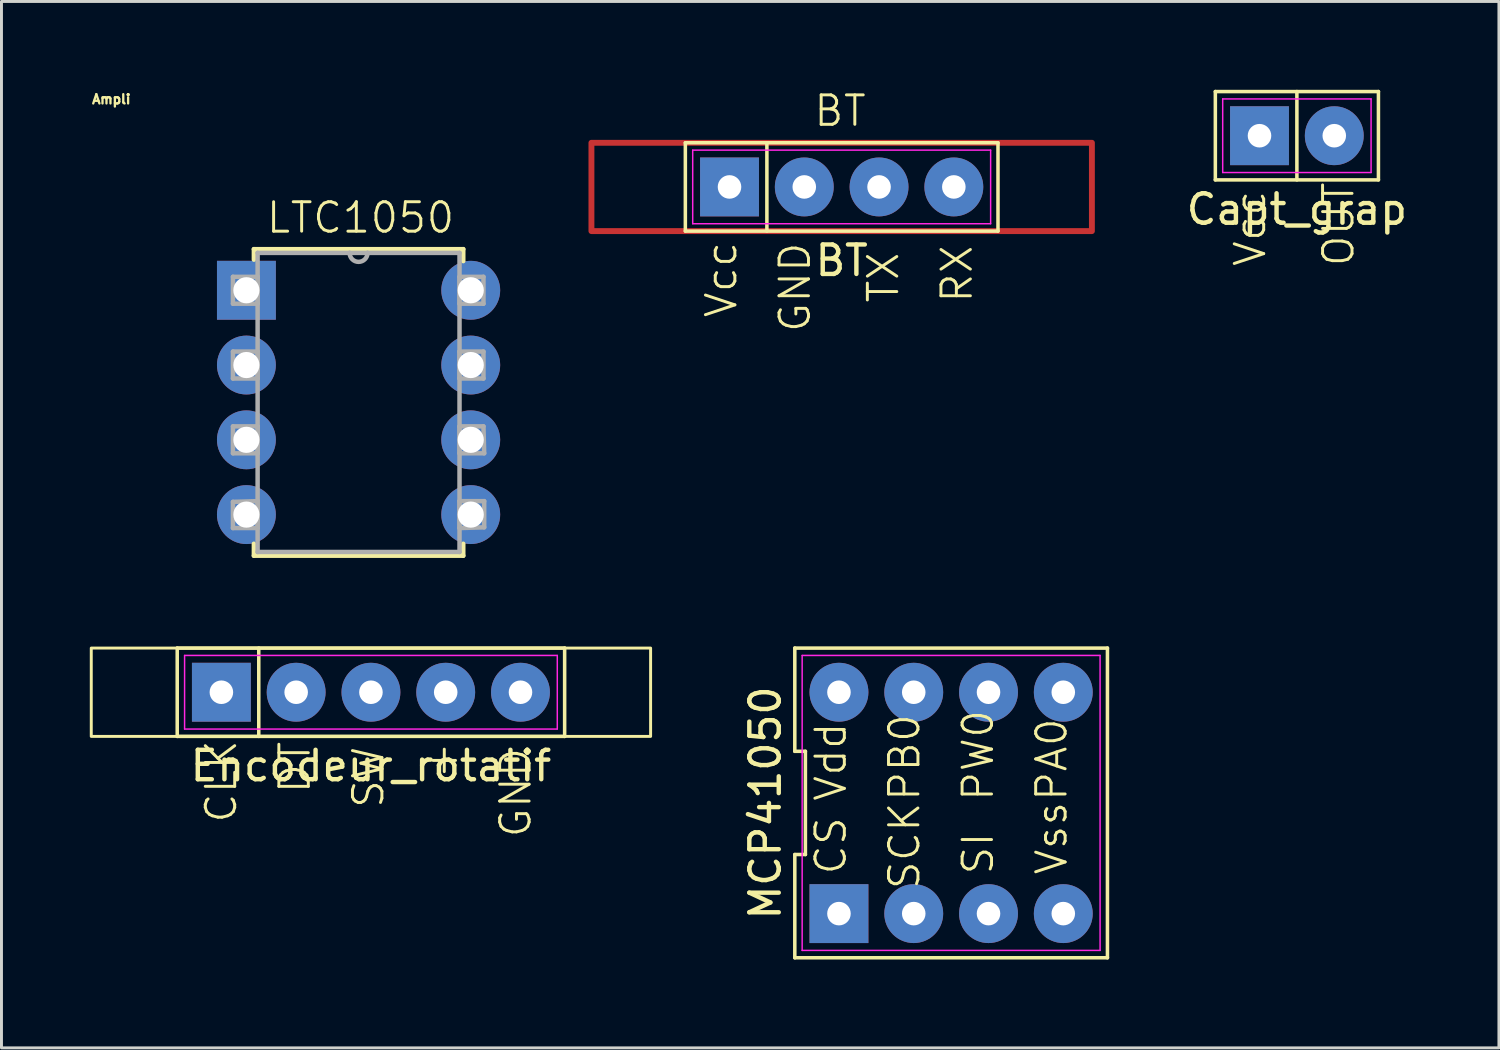
<source format=kicad_pcb>
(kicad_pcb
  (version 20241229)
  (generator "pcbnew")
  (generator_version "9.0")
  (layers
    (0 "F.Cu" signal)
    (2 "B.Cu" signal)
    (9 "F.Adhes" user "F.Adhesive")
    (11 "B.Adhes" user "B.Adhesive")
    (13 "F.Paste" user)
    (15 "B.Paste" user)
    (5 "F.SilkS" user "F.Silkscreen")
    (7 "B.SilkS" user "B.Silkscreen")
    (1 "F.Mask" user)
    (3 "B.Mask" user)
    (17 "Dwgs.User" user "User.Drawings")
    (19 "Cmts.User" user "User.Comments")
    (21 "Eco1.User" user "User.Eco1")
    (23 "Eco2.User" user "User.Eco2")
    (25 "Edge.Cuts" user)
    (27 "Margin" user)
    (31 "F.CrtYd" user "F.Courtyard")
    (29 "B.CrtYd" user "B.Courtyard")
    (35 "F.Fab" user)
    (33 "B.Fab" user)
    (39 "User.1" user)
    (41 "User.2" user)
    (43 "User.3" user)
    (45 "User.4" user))
  (footprint "Capt_grap"
    (layer "F.Cu")
    (at 41.003 1.56)
    (property "Reference" "Capt_grap" (at 0 2.5 0) (layer "F.SilkS") (effects (font (size 1 1) (thickness 0.15))))
    (attr through_hole)
    (fp_line (start -2.77 -1.5) (end 2.77 -1.5) (stroke (width 0.12) (type default)) (layer "F.SilkS"))
    (fp_line (start -2.77 1.5) (end -2.77 -1.5) (stroke (width 0.12) (type default)) (layer "F.SilkS"))
    (fp_line (start 0 -1.5) (end 0 1.5) (stroke (width 0.12) (type default)) (layer "F.SilkS"))
    (fp_line (start 2.77 -1.5) (end 2.77 1.5) (stroke (width 0.12) (type default)) (layer "F.SilkS"))
    (fp_line (start 2.77 1.5) (end -2.77 1.5) (stroke (width 0.12) (type default)) (layer "F.SilkS"))
    (fp_line (start -2.52 -1.25) (end 2.52 -1.25) (stroke (width 0.05) (type default)) (layer "F.CrtYd"))
    (fp_line (start -2.52 1.25) (end -2.52 -1.25) (stroke (width 0.05) (type default)) (layer "F.CrtYd"))
    (fp_line (start 2.52 -1.25) (end 2.52 1.25) (stroke (width 0.05) (type default)) (layer "F.CrtYd"))
    (fp_line (start 2.52 1.25) (end -2.52 1.25) (stroke (width 0.05) (type default)) (layer "F.CrtYd"))
    (fp_text user "OUT" (at 2 4.5 90) (unlocked yes) (layer "F.SilkS") (effects (font (size 1 1) (thickness 0.1)) (justify left bottom)))
    (fp_text user "Vcc" (at -1 4.5 90) (unlocked yes) (layer "F.SilkS") (effects (font (size 1 1) (thickness 0.1)) (justify left bottom)))
    (pad "1" thru_hole rect (at -1.27 0) (size 2 2) (drill 0.8) (layers "*.Cu" "*.Mask"))
    (pad "2" thru_hole circle (at 1.27 0) (size 2 2) (drill 0.8) (layers "*.Cu" "*.Mask")))
  (footprint "Ampli"
    (layer "F.Cu")
    (at 12.94 14.43)
    (property "Reference" "Ampli" (at -12.208 -14.108 0) (layer "F.SilkS") (effects (font (size 0.315 0.315) (thickness 0.15))))
    (attr through_hole)
    (fp_line (start -7.366 -9.017) (end -7.366 -8.661) (stroke (width 0.152) (type solid)) (layer "F.SilkS"))
    (fp_line (start -7.366 0.991) (end -7.366 1.397) (stroke (width 0.152) (type solid)) (layer "F.SilkS"))
    (fp_line (start -7.366 1.397) (end -0.254 1.397) (stroke (width 0.152) (type solid)) (layer "F.SilkS"))
    (fp_line (start -0.254 -9.017) (end -7.366 -9.017) (stroke (width 0.152) (type solid)) (layer "F.SilkS"))
    (fp_line (start -0.254 -8.611) (end -0.254 -9.017) (stroke (width 0.152) (type solid)) (layer "F.SilkS"))
    (fp_line (start -0.254 1.397) (end -0.254 0.991) (stroke (width 0.152) (type solid)) (layer "F.SilkS"))
    (fp_line (start -8.077 -8.077) (end -8.077 -7.163) (stroke (width 0.152) (type solid)) (layer "F.Fab"))
    (fp_line (start -8.077 -7.163) (end -7.239 -7.163) (stroke (width 0.152) (type solid)) (layer "F.Fab"))
    (fp_line (start -8.077 -5.537) (end -8.077 -4.623) (stroke (width 0.152) (type solid)) (layer "F.Fab"))
    (fp_line (start -8.077 -4.623) (end -7.239 -4.623) (stroke (width 0.152) (type solid)) (layer "F.Fab"))
    (fp_line (start -8.077 -2.997) (end -8.077 -2.083) (stroke (width 0.152) (type solid)) (layer "F.Fab"))
    (fp_line (start -8.077 -2.083) (end -7.239 -2.083) (stroke (width 0.152) (type solid)) (layer "F.Fab"))
    (fp_line (start -8.077 -0.432) (end -8.077 0.457) (stroke (width 0.152) (type solid)) (layer "F.Fab"))
    (fp_line (start -8.077 0.457) (end -7.239 0.457) (stroke (width 0.152) (type solid)) (layer "F.Fab"))
    (fp_line (start -7.239 -8.89) (end -7.239 1.27) (stroke (width 0.152) (type solid)) (layer "F.Fab"))
    (fp_line (start -7.239 -8.077) (end -8.077 -8.077) (stroke (width 0.152) (type solid)) (layer "F.Fab"))
    (fp_line (start -7.239 -7.163) (end -7.239 -8.077) (stroke (width 0.152) (type solid)) (layer "F.Fab"))
    (fp_line (start -7.239 -5.537) (end -8.077 -5.537) (stroke (width 0.152) (type solid)) (layer "F.Fab"))
    (fp_line (start -7.239 -4.623) (end -7.239 -5.537) (stroke (width 0.152) (type solid)) (layer "F.Fab"))
    (fp_line (start -7.239 -2.997) (end -8.077 -2.997) (stroke (width 0.152) (type solid)) (layer "F.Fab"))
    (fp_line (start -7.239 -2.083) (end -7.239 -2.997) (stroke (width 0.152) (type solid)) (layer "F.Fab"))
    (fp_line (start -7.239 -0.457) (end -8.077 -0.432) (stroke (width 0.152) (type solid)) (layer "F.Fab"))
    (fp_line (start -7.239 0.457) (end -7.239 -0.457) (stroke (width 0.152) (type solid)) (layer "F.Fab"))
    (fp_line (start -7.239 1.27) (end -0.381 1.27) (stroke (width 0.152) (type solid)) (layer "F.Fab"))
    (fp_line (start -4.115 -8.89) (end -7.239 -8.89) (stroke (width 0.152) (type solid)) (layer "F.Fab"))
    (fp_line (start -3.505 -8.89) (end -4.115 -8.89) (stroke (width 0.152) (type solid)) (layer "F.Fab"))
    (fp_line (start -0.381 -8.89) (end -3.505 -8.89) (stroke (width 0.152) (type solid)) (layer "F.Fab"))
    (fp_line (start -0.381 -8.077) (end -0.381 -7.163) (stroke (width 0.152) (type solid)) (layer "F.Fab"))
    (fp_line (start -0.381 -7.163) (end 0.432 -7.163) (stroke (width 0.152) (type solid)) (layer "F.Fab"))
    (fp_line (start -0.381 -5.537) (end -0.381 -4.623) (stroke (width 0.152) (type solid)) (layer "F.Fab"))
    (fp_line (start -0.381 -4.623) (end 0.432 -4.623) (stroke (width 0.152) (type solid)) (layer "F.Fab"))
    (fp_line (start -0.381 -2.997) (end -0.381 -2.083) (stroke (width 0.152) (type solid)) (layer "F.Fab"))
    (fp_line (start -0.381 -2.083) (end 0.457 -2.083) (stroke (width 0.152) (type solid)) (layer "F.Fab"))
    (fp_line (start -0.381 -0.457) (end -0.381 0.457) (stroke (width 0.152) (type solid)) (layer "F.Fab"))
    (fp_line (start -0.381 0.457) (end 0.457 0.432) (stroke (width 0.152) (type solid)) (layer "F.Fab"))
    (fp_line (start -0.381 1.27) (end -0.381 -8.89) (stroke (width 0.152) (type solid)) (layer "F.Fab"))
    (fp_line (start 0.432 -8.077) (end -0.381 -8.077) (stroke (width 0.152) (type solid)) (layer "F.Fab"))
    (fp_line (start 0.432 -7.163) (end 0.432 -8.077) (stroke (width 0.152) (type solid)) (layer "F.Fab"))
    (fp_line (start 0.432 -5.537) (end -0.381 -5.537) (stroke (width 0.152) (type solid)) (layer "F.Fab"))
    (fp_line (start 0.432 -4.623) (end 0.432 -5.537) (stroke (width 0.152) (type solid)) (layer "F.Fab"))
    (fp_line (start 0.432 -2.997) (end -0.381 -2.997) (stroke (width 0.152) (type solid)) (layer "F.Fab"))
    (fp_line (start 0.457 -2.083) (end 0.432 -2.997) (stroke (width 0.152) (type solid)) (layer "F.Fab"))
    (fp_line (start 0.457 -0.457) (end -0.381 -0.457) (stroke (width 0.152) (type solid)) (layer "F.Fab"))
    (fp_line (start 0.457 0.432) (end 0.457 -0.457) (stroke (width 0.152) (type solid)) (layer "F.Fab"))
    (fp_arc (start -3.5052 -8.89) (mid -3.81 -8.5852) (end -4.1148 -8.89) (stroke (width 0.1524) (type solid)) (layer "F.Fab"))
    (fp_text user "LTC1050" (at -7 -9.5 0) (unlocked yes) (layer "F.SilkS") (effects (font (size 1 1) (thickness 0.1)) (justify left bottom)))
    (pad "1" thru_hole rect (at -7.62 -7.62) (size 2 2) (drill 0.889) (layers "*.Cu" "*.Mask"))
    (pad "2" thru_hole circle (at -7.62 -5.08) (size 2 2) (drill 0.889) (layers "*.Cu" "*.Mask"))
    (pad "3" thru_hole circle (at -7.62 -2.54) (size 2 2) (drill 0.889) (layers "*.Cu" "*.Mask"))
    (pad "4" thru_hole circle (at -7.62 0) (size 2 2) (drill 0.889) (layers "*.Cu" "*.Mask"))
    (pad "5" thru_hole circle (at 0 0) (size 2 2) (drill 0.889) (layers "*.Cu" "*.Mask"))
    (pad "6" thru_hole circle (at 0 -2.54) (size 2 2) (drill 0.889) (layers "*.Cu" "*.Mask"))
    (pad "7" thru_hole circle (at 0 -5.08) (size 2 2) (drill 0.889) (layers "*.Cu" "*.Mask"))
    (pad "8" thru_hole circle (at 0 -7.62) (size 2 2) (drill 0.889) (layers "*.Cu" "*.Mask")))
  (footprint "BT"
    (layer "F.Cu")
    (at 25.54 3.3)
    (property "Reference" "BT" (at 0 2.5 0) (layer "F.SilkS") (effects (font (size 1 1) (thickness 0.15))))
    (attr through_hole)
    (fp_rect (start -8.5 -1.5) (end 8.5 1.5) (stroke (width 0.2) (type default)) (fill no) (layer "F.Cu"))
    (fp_line (start -5.31 -1.5) (end 5.31 -1.5) (stroke (width 0.12) (type default)) (layer "F.SilkS"))
    (fp_line (start -5.31 1.5) (end -5.31 -1.5) (stroke (width 0.12) (type default)) (layer "F.SilkS"))
    (fp_line (start -2.54 -1.5) (end -2.54 1.5) (stroke (width 0.12) (type default)) (layer "F.SilkS"))
    (fp_line (start 5.31 -1.5) (end 5.31 1.5) (stroke (width 0.12) (type default)) (layer "F.SilkS"))
    (fp_line (start 5.31 1.5) (end -5.31 1.5) (stroke (width 0.12) (type default)) (layer "F.SilkS"))
    (fp_line (start -5.06 -1.25) (end 5.06 -1.25) (stroke (width 0.05) (type default)) (layer "F.CrtYd"))
    (fp_line (start -5.06 1.25) (end -5.06 -1.25) (stroke (width 0.05) (type default)) (layer "F.CrtYd"))
    (fp_line (start 5.06 -1.25) (end 5.06 1.25) (stroke (width 0.05) (type default)) (layer "F.CrtYd"))
    (fp_line (start 5.06 1.25) (end -5.06 1.25) (stroke (width 0.05) (type default)) (layer "F.CrtYd"))
    (fp_text user "TX" (at 2 4 90) (unlocked yes) (layer "F.SilkS") (effects (font (size 1 1) (thickness 0.1)) (justify left bottom)))
    (fp_text user "Vcc" (at -3.5 4.5 90) (unlocked yes) (layer "F.SilkS") (effects (font (size 1 1) (thickness 0.1)) (justify left bottom)))
    (fp_text user "GND" (at -1 5 90) (unlocked yes) (layer "F.SilkS") (effects (font (size 1 1) (thickness 0.1)) (justify left bottom)))
    (fp_text user "BT" (at -1 -2 0) (unlocked yes) (layer "F.SilkS") (effects (font (size 1 1) (thickness 0.1)) (justify left bottom)))
    (fp_text user "RX" (at 4.5 4 90) (unlocked yes) (layer "F.SilkS") (effects (font (size 1 1) (thickness 0.1)) (justify left bottom)))
    (pad "1" thru_hole rect (at -3.81 0) (size 2 2) (drill 0.8) (layers "*.Cu" "*.Mask"))
    (pad "2" thru_hole circle (at -1.27 0) (size 2 2) (drill 0.8) (layers "*.Cu" "*.Mask"))
    (pad "3" thru_hole circle (at 1.27 0) (size 2 2) (drill 0.8) (layers "*.Cu" "*.Mask"))
    (pad "4" thru_hole circle (at 3.81 0) (size 2 2) (drill 0.8) (layers "*.Cu" "*.Mask")))
  (footprint "Encodeur_rotatif"
    (layer "F.Cu")
    (at 9.55 20.464)
    (property "Reference" "Encodeur_rotatif" (at 0 2.5 0) (layer "F.SilkS") (effects (font (size 1 1) (thickness 0.15))))
    (attr through_hole)
    (fp_line (start -6.58 -1.5) (end 6.58 -1.5) (stroke (width 0.12) (type default)) (layer "F.SilkS"))
    (fp_line (start -6.58 1.5) (end -6.58 -1.5) (stroke (width 0.12) (type default)) (layer "F.SilkS"))
    (fp_line (start -3.81 -1.5) (end -3.81 1.5) (stroke (width 0.12) (type default)) (layer "F.SilkS"))
    (fp_line (start 6.58 -1.5) (end 6.58 1.5) (stroke (width 0.12) (type default)) (layer "F.SilkS"))
    (fp_line (start 6.58 1.5) (end -6.58 1.5) (stroke (width 0.12) (type default)) (layer "F.SilkS"))
    (fp_rect (start -9.5 -1.5) (end 9.5 1.5) (stroke (width 0.1) (type default)) (fill no) (layer "F.SilkS"))
    (fp_line (start -6.33 -1.25) (end 6.33 -1.25) (stroke (width 0.05) (type default)) (layer "F.CrtYd"))
    (fp_line (start -6.33 1.25) (end -6.33 -1.25) (stroke (width 0.05) (type default)) (layer "F.CrtYd"))
    (fp_line (start 6.33 -1.25) (end 6.33 1.25) (stroke (width 0.05) (type default)) (layer "F.CrtYd"))
    (fp_line (start 6.33 1.25) (end -6.33 1.25) (stroke (width 0.05) (type default)) (layer "F.CrtYd"))
    (fp_text user "DT" (at -2 3.5 90) (unlocked yes) (layer "F.SilkS") (effects (font (size 1 1) (thickness 0.1)) (justify left bottom)))
    (fp_text user "GND" (at 5.5 5 90) (unlocked yes) (layer "F.SilkS") (effects (font (size 1 1) (thickness 0.1)) (justify left bottom)))
    (fp_text user "+" (at 3 3 90) (unlocked yes) (layer "F.SilkS") (effects (font (size 1 1) (thickness 0.1)) (justify left bottom)))
    (fp_text user "CLK" (at -4.5 4.5 90) (unlocked yes) (layer "F.SilkS") (effects (font (size 1 1) (thickness 0.1)) (justify left bottom)))
    (fp_text user "SW" (at 0.5 4 90) (unlocked yes) (layer "F.SilkS") (effects (font (size 1 1) (thickness 0.1)) (justify left bottom)))
    (pad "1" thru_hole rect (at -5.08 0) (size 2 2) (drill 0.8) (layers "*.Cu" "*.Mask"))
    (pad "2" thru_hole circle (at -2.54 0) (size 2 2) (drill 0.8) (layers "*.Cu" "*.Mask"))
    (pad "3" thru_hole circle (at 0 0) (size 2 2) (drill 0.8) (layers "*.Cu" "*.Mask"))
    (pad "4" thru_hole circle (at 2.54 0) (size 2 2) (drill 0.8) (layers "*.Cu" "*.Mask"))
    (pad "5" thru_hole circle (at 5.08 0) (size 2 2) (drill 0.8) (layers "*.Cu" "*.Mask")))
  (footprint "MCP41050"
    (layer "F.Cu")
    (at 29.258 24.224)
    (property "Reference" "MCP41050" (at -6.31 0 90) (layer "F.SilkS") (effects (font (size 1 1) (thickness 0.15))))
    (attr through_hole)
    (fp_line (start -5.31 -5.26) (end -5.31 -1.753) (stroke (width 0.12) (type default)) (layer "F.SilkS"))
    (fp_line (start -5.31 -1.753) (end -4.95 -1.753) (stroke (width 0.12) (type default)) (layer "F.SilkS"))
    (fp_line (start -5.31 1.753) (end -5.31 5.26) (stroke (width 0.12) (type default)) (layer "F.SilkS"))
    (fp_line (start -5.31 5.26) (end 5.31 5.26) (stroke (width 0.12) (type default)) (layer "F.SilkS"))
    (fp_line (start -4.95 -1.753) (end -4.95 1.753) (stroke (width 0.12) (type default)) (layer "F.SilkS"))
    (fp_line (start -4.95 1.753) (end -5.31 1.753) (stroke (width 0.12) (type default)) (layer "F.SilkS"))
    (fp_line (start 5.31 -5.26) (end -5.31 -5.26) (stroke (width 0.12) (type default)) (layer "F.SilkS"))
    (fp_line (start 5.31 5.26) (end 5.31 -5.26) (stroke (width 0.12) (type default)) (layer "F.SilkS"))
    (fp_line (start -5.06 -5.01) (end 5.06 -5.01) (stroke (width 0.05) (type default)) (layer "F.CrtYd"))
    (fp_line (start -5.06 5.01) (end -5.06 -5.01) (stroke (width 0.05) (type default)) (layer "F.CrtYd"))
    (fp_line (start 5.06 -5.01) (end 5.06 5.01) (stroke (width 0.05) (type default)) (layer "F.CrtYd"))
    (fp_line (start 5.06 5.01) (end -5.06 5.01) (stroke (width 0.05) (type default)) (layer "F.CrtYd"))
    (fp_text user "CS" (at -3.5 2.5 90) (unlocked yes) (layer "F.SilkS") (effects (font (size 1 1) (thickness 0.1)) (justify left bottom)))
    (fp_text user "PB0" (at -1 0 90) (unlocked yes) (layer "F.SilkS") (effects (font (size 1 1) (thickness 0.1)) (justify left bottom)))
    (fp_text user "SI" (at 1.5 2.5 90) (unlocked yes) (layer "F.SilkS") (effects (font (size 1 1) (thickness 0.1)) (justify left bottom)))
    (fp_text user "SCK" (at -1 3 90) (unlocked yes) (layer "F.SilkS") (effects (font (size 1 1) (thickness 0.1)) (justify left bottom)))
    (fp_text user "Vss" (at 4 2.5 90) (unlocked yes) (layer "F.SilkS") (effects (font (size 1 1) (thickness 0.1)) (justify left bottom)))
    (fp_text user "Vdd" (at -3.5 0 90) (unlocked yes) (layer "F.SilkS") (effects (font (size 1 1) (thickness 0.1)) (justify left bottom)))
    (fp_text user "PA0" (at 4 0 90) (unlocked yes) (layer "F.SilkS") (effects (font (size 1 1) (thickness 0.1)) (justify left bottom)))
    (fp_text user "PW0" (at 1.5 0 90) (unlocked yes) (layer "F.SilkS") (effects (font (size 1 1) (thickness 0.1)) (justify left bottom)))
    (pad "1" thru_hole rect (at -3.81 3.76) (size 2 2) (drill 0.8) (layers "*.Cu" "*.Mask"))
    (pad "2" thru_hole circle (at -1.27 3.76) (size 2 2) (drill 0.8) (layers "*.Cu" "*.Mask"))
    (pad "3" thru_hole circle (at 1.27 3.76) (size 2 2) (drill 0.8) (layers "*.Cu" "*.Mask"))
    (pad "4" thru_hole circle (at 3.81 3.76) (size 2 2) (drill 0.8) (layers "*.Cu" "*.Mask"))
    (pad "5" thru_hole circle (at 3.81 -3.76) (size 2 2) (drill 0.8) (layers "*.Cu" "*.Mask"))
    (pad "6" thru_hole circle (at 1.27 -3.76) (size 2 2) (drill 0.8) (layers "*.Cu" "*.Mask"))
    (pad "7" thru_hole circle (at -1.27 -3.76) (size 2 2) (drill 0.8) (layers "*.Cu" "*.Mask"))
    (pad "8" thru_hole circle (at -3.81 -3.76) (size 2 2) (drill 0.8) (layers "*.Cu" "*.Mask")))
  (gr_rect
    (start -3 -3)
    (end 47.866 32.544)
    (stroke (width 0.1) (type default))
    (fill no)
    (layer "Edge.Cuts")))
</source>
